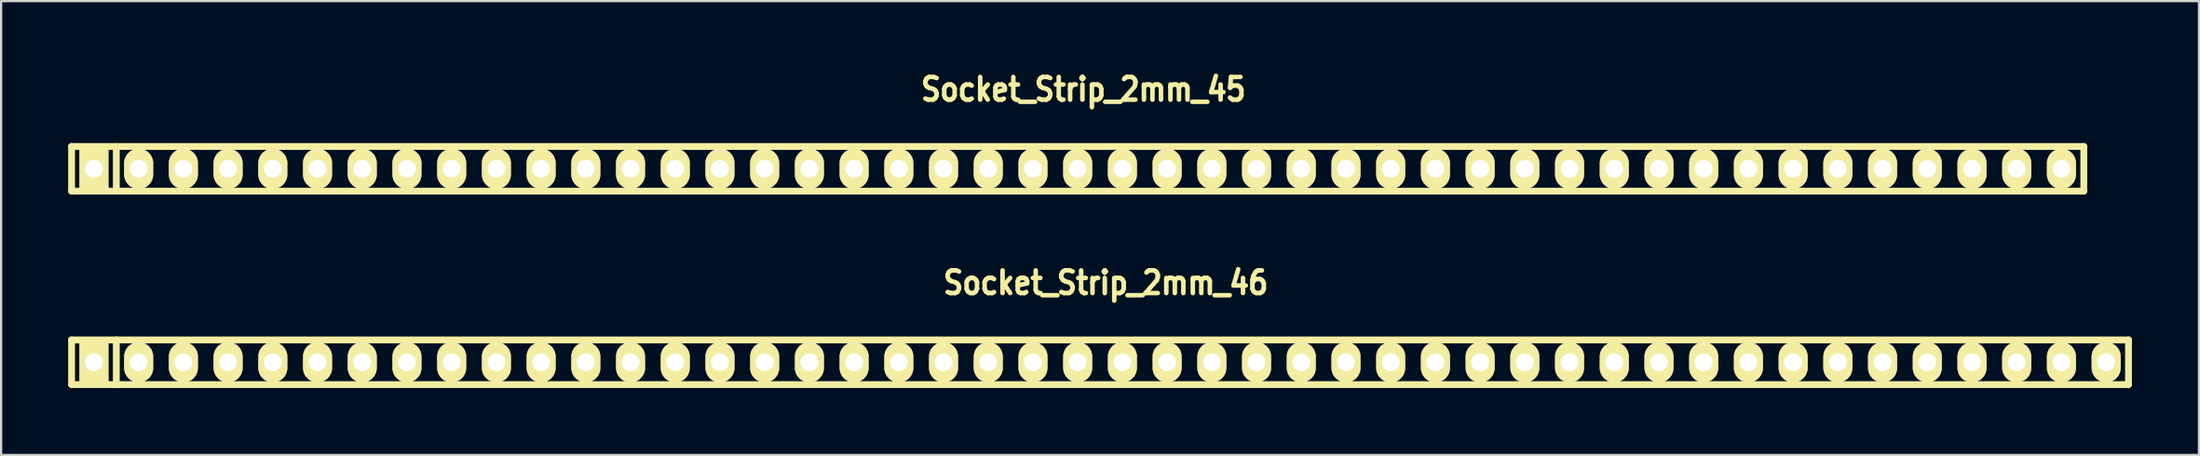
<source format=kicad_pcb>
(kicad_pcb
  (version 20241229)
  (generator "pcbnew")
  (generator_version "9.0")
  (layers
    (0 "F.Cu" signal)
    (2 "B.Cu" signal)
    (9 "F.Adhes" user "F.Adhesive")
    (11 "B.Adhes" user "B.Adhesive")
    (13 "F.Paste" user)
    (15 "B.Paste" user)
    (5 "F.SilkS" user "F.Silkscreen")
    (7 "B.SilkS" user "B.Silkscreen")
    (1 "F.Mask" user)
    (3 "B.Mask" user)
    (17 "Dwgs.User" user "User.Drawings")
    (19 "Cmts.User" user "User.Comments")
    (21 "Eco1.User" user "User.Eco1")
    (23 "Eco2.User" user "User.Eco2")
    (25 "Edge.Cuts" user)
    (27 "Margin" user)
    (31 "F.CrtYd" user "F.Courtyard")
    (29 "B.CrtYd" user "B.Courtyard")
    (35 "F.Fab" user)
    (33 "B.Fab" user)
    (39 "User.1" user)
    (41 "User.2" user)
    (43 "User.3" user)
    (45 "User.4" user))
  (footprint "Socket_Strip_2mm_45"
    (layer "F.Cu")
    (at 45.152 4.507)
    (property "Reference" "Socket_Strip_2mm_45" (at 0.254 -3.556 0) (layer "F.SilkS") (effects (font (size 1.016 0.889) (thickness 0.203))))
    (attr through_hole)
    (fp_line (start -45 -1) (end 45 -1) (stroke (width 0.305) (type solid)) (layer "F.SilkS"))
    (fp_line (start -45 1) (end -45 -1) (stroke (width 0.305) (type solid)) (layer "F.SilkS"))
    (fp_line (start -43 -1) (end -43 1) (stroke (width 0.305) (type solid)) (layer "F.SilkS"))
    (fp_line (start 45 -1) (end 45 1) (stroke (width 0.305) (type solid)) (layer "F.SilkS"))
    (fp_line (start 45 1) (end -45 1) (stroke (width 0.305) (type solid)) (layer "F.SilkS"))
    (pad "1" thru_hole rect (at -44 0) (size 1.3 1.8) (drill 0.8) (layers "*.Cu" "*.Mask" "F.SilkS"))
    (pad "2" thru_hole oval (at -42 0) (size 1.3 1.8) (drill 0.8) (layers "*.Cu" "*.Mask" "F.SilkS"))
    (pad "3" thru_hole oval (at -40 0) (size 1.3 1.8) (drill 0.8) (layers "*.Cu" "*.Mask" "F.SilkS"))
    (pad "4" thru_hole oval (at -38 0) (size 1.3 1.8) (drill 0.8) (layers "*.Cu" "*.Mask" "F.SilkS"))
    (pad "5" thru_hole oval (at -36 0) (size 1.3 1.8) (drill 0.8) (layers "*.Cu" "*.Mask" "F.SilkS"))
    (pad "6" thru_hole oval (at -34 0) (size 1.3 1.8) (drill 0.8) (layers "*.Cu" "*.Mask" "F.SilkS"))
    (pad "7" thru_hole oval (at -32 0) (size 1.3 1.8) (drill 0.8) (layers "*.Cu" "*.Mask" "F.SilkS"))
    (pad "8" thru_hole oval (at -30 0) (size 1.3 1.8) (drill 0.8) (layers "*.Cu" "*.Mask" "F.SilkS"))
    (pad "9" thru_hole oval (at -28 0) (size 1.3 1.8) (drill 0.8) (layers "*.Cu" "*.Mask" "F.SilkS"))
    (pad "10" thru_hole oval (at -26 0) (size 1.3 1.8) (drill 0.8) (layers "*.Cu" "*.Mask" "F.SilkS"))
    (pad "11" thru_hole oval (at -24 0) (size 1.3 1.8) (drill 0.8) (layers "*.Cu" "*.Mask" "F.SilkS"))
    (pad "12" thru_hole oval (at -22 0) (size 1.3 1.8) (drill 0.8) (layers "*.Cu" "*.Mask" "F.SilkS"))
    (pad "13" thru_hole oval (at -20 0) (size 1.3 1.8) (drill 0.8) (layers "*.Cu" "*.Mask" "F.SilkS"))
    (pad "14" thru_hole oval (at -18 0) (size 1.3 1.8) (drill 0.8) (layers "*.Cu" "*.Mask" "F.SilkS"))
    (pad "15" thru_hole oval (at -16 0) (size 1.3 1.8) (drill 0.8) (layers "*.Cu" "*.Mask" "F.SilkS"))
    (pad "16" thru_hole oval (at -14 0) (size 1.3 1.8) (drill 0.8) (layers "*.Cu" "*.Mask" "F.SilkS"))
    (pad "17" thru_hole oval (at -12 0) (size 1.3 1.8) (drill 0.8) (layers "*.Cu" "*.Mask" "F.SilkS"))
    (pad "18" thru_hole oval (at -10 0) (size 1.3 1.8) (drill 0.8) (layers "*.Cu" "*.Mask" "F.SilkS"))
    (pad "19" thru_hole oval (at -8 0) (size 1.3 1.8) (drill 0.8) (layers "*.Cu" "*.Mask" "F.SilkS"))
    (pad "20" thru_hole oval (at -6 0) (size 1.3 1.8) (drill 0.8) (layers "*.Cu" "*.Mask" "F.SilkS"))
    (pad "21" thru_hole oval (at -4 0) (size 1.3 1.8) (drill 0.8) (layers "*.Cu" "*.Mask" "F.SilkS"))
    (pad "22" thru_hole oval (at -2 0) (size 1.3 1.8) (drill 0.8) (layers "*.Cu" "*.Mask" "F.SilkS"))
    (pad "23" thru_hole oval (at 0 0) (size 1.3 1.8) (drill 0.8) (layers "*.Cu" "*.Mask" "F.SilkS"))
    (pad "24" thru_hole oval (at 2 0) (size 1.3 1.8) (drill 0.8) (layers "*.Cu" "*.Mask" "F.SilkS"))
    (pad "25" thru_hole oval (at 4 0) (size 1.3 1.8) (drill 0.8) (layers "*.Cu" "*.Mask" "F.SilkS"))
    (pad "26" thru_hole oval (at 6 0) (size 1.3 1.8) (drill 0.8) (layers "*.Cu" "*.Mask" "F.SilkS"))
    (pad "27" thru_hole oval (at 8 0) (size 1.3 1.8) (drill 0.8) (layers "*.Cu" "*.Mask" "F.SilkS"))
    (pad "28" thru_hole oval (at 10 0) (size 1.3 1.8) (drill 0.8) (layers "*.Cu" "*.Mask" "F.SilkS"))
    (pad "29" thru_hole oval (at 12 0) (size 1.3 1.8) (drill 0.8) (layers "*.Cu" "*.Mask" "F.SilkS"))
    (pad "30" thru_hole oval (at 14 0) (size 1.3 1.8) (drill 0.8) (layers "*.Cu" "*.Mask" "F.SilkS"))
    (pad "31" thru_hole oval (at 16 0) (size 1.3 1.8) (drill 0.8) (layers "*.Cu" "*.Mask" "F.SilkS"))
    (pad "32" thru_hole oval (at 18 0) (size 1.3 1.8) (drill 0.8) (layers "*.Cu" "*.Mask" "F.SilkS"))
    (pad "33" thru_hole oval (at 20 0) (size 1.3 1.8) (drill 0.8) (layers "*.Cu" "*.Mask" "F.SilkS"))
    (pad "34" thru_hole oval (at 22 0) (size 1.3 1.8) (drill 0.8) (layers "*.Cu" "*.Mask" "F.SilkS"))
    (pad "35" thru_hole oval (at 24 0) (size 1.3 1.8) (drill 0.8) (layers "*.Cu" "*.Mask" "F.SilkS"))
    (pad "36" thru_hole oval (at 26 0) (size 1.3 1.8) (drill 0.8) (layers "*.Cu" "*.Mask" "F.SilkS"))
    (pad "37" thru_hole oval (at 28 0) (size 1.3 1.8) (drill 0.8) (layers "*.Cu" "*.Mask" "F.SilkS"))
    (pad "38" thru_hole oval (at 30 0) (size 1.3 1.8) (drill 0.8) (layers "*.Cu" "*.Mask" "F.SilkS"))
    (pad "39" thru_hole oval (at 32 0) (size 1.3 1.8) (drill 0.8) (layers "*.Cu" "*.Mask" "F.SilkS"))
    (pad "40" thru_hole oval (at 34 0) (size 1.3 1.8) (drill 0.8) (layers "*.Cu" "*.Mask" "F.SilkS"))
    (pad "41" thru_hole oval (at 36 0) (size 1.3 1.8) (drill 0.8) (layers "*.Cu" "*.Mask" "F.SilkS"))
    (pad "42" thru_hole oval (at 38 0) (size 1.3 1.8) (drill 0.8) (layers "*.Cu" "*.Mask" "F.SilkS"))
    (pad "43" thru_hole oval (at 40 0) (size 1.3 1.8) (drill 0.8) (layers "*.Cu" "*.Mask" "F.SilkS"))
    (pad "44" thru_hole oval (at 42 0) (size 1.3 1.8) (drill 0.8) (layers "*.Cu" "*.Mask" "F.SilkS"))
    (pad "45" thru_hole oval (at 44 0) (size 1.3 1.8) (drill 0.8) (layers "*.Cu" "*.Mask" "F.SilkS")))
  (footprint "Socket_Strip_2mm_46"
    (layer "F.Cu")
    (at 46.152 13.166)
    (property "Reference" "Socket_Strip_2mm_46" (at 0.254 -3.556 0) (layer "F.SilkS") (effects (font (size 1.016 0.889) (thickness 0.203))))
    (attr through_hole)
    (fp_line (start -46 -1) (end 46 -1) (stroke (width 0.305) (type solid)) (layer "F.SilkS"))
    (fp_line (start -46 1) (end -46 -1) (stroke (width 0.305) (type solid)) (layer "F.SilkS"))
    (fp_line (start -44 -1) (end -44 1) (stroke (width 0.305) (type solid)) (layer "F.SilkS"))
    (fp_line (start 46 -1) (end 46 1) (stroke (width 0.305) (type solid)) (layer "F.SilkS"))
    (fp_line (start 46 1) (end -46 1) (stroke (width 0.305) (type solid)) (layer "F.SilkS"))
    (pad "1" thru_hole rect (at -45 0) (size 1.3 1.8) (drill 0.8) (layers "*.Cu" "*.Mask" "F.SilkS"))
    (pad "2" thru_hole oval (at -43 0) (size 1.3 1.8) (drill 0.8) (layers "*.Cu" "*.Mask" "F.SilkS"))
    (pad "3" thru_hole oval (at -41 0) (size 1.3 1.8) (drill 0.8) (layers "*.Cu" "*.Mask" "F.SilkS"))
    (pad "4" thru_hole oval (at -39 0) (size 1.3 1.8) (drill 0.8) (layers "*.Cu" "*.Mask" "F.SilkS"))
    (pad "5" thru_hole oval (at -37 0) (size 1.3 1.8) (drill 0.8) (layers "*.Cu" "*.Mask" "F.SilkS"))
    (pad "6" thru_hole oval (at -35 0) (size 1.3 1.8) (drill 0.8) (layers "*.Cu" "*.Mask" "F.SilkS"))
    (pad "7" thru_hole oval (at -33 0) (size 1.3 1.8) (drill 0.8) (layers "*.Cu" "*.Mask" "F.SilkS"))
    (pad "8" thru_hole oval (at -31 0) (size 1.3 1.8) (drill 0.8) (layers "*.Cu" "*.Mask" "F.SilkS"))
    (pad "9" thru_hole oval (at -29 0) (size 1.3 1.8) (drill 0.8) (layers "*.Cu" "*.Mask" "F.SilkS"))
    (pad "10" thru_hole oval (at -27 0) (size 1.3 1.8) (drill 0.8) (layers "*.Cu" "*.Mask" "F.SilkS"))
    (pad "11" thru_hole oval (at -25 0) (size 1.3 1.8) (drill 0.8) (layers "*.Cu" "*.Mask" "F.SilkS"))
    (pad "12" thru_hole oval (at -23 0) (size 1.3 1.8) (drill 0.8) (layers "*.Cu" "*.Mask" "F.SilkS"))
    (pad "13" thru_hole oval (at -21 0) (size 1.3 1.8) (drill 0.8) (layers "*.Cu" "*.Mask" "F.SilkS"))
    (pad "14" thru_hole oval (at -19 0) (size 1.3 1.8) (drill 0.8) (layers "*.Cu" "*.Mask" "F.SilkS"))
    (pad "15" thru_hole oval (at -17 0) (size 1.3 1.8) (drill 0.8) (layers "*.Cu" "*.Mask" "F.SilkS"))
    (pad "16" thru_hole oval (at -15 0) (size 1.3 1.8) (drill 0.8) (layers "*.Cu" "*.Mask" "F.SilkS"))
    (pad "17" thru_hole oval (at -13 0) (size 1.3 1.8) (drill 0.8) (layers "*.Cu" "*.Mask" "F.SilkS"))
    (pad "18" thru_hole oval (at -11 0) (size 1.3 1.8) (drill 0.8) (layers "*.Cu" "*.Mask" "F.SilkS"))
    (pad "19" thru_hole oval (at -9 0) (size 1.3 1.8) (drill 0.8) (layers "*.Cu" "*.Mask" "F.SilkS"))
    (pad "20" thru_hole oval (at -7 0) (size 1.3 1.8) (drill 0.8) (layers "*.Cu" "*.Mask" "F.SilkS"))
    (pad "21" thru_hole oval (at -5 0) (size 1.3 1.8) (drill 0.8) (layers "*.Cu" "*.Mask" "F.SilkS"))
    (pad "22" thru_hole oval (at -3 0) (size 1.3 1.8) (drill 0.8) (layers "*.Cu" "*.Mask" "F.SilkS"))
    (pad "23" thru_hole oval (at -1 0) (size 1.3 1.8) (drill 0.8) (layers "*.Cu" "*.Mask" "F.SilkS"))
    (pad "24" thru_hole oval (at 1 0) (size 1.3 1.8) (drill 0.8) (layers "*.Cu" "*.Mask" "F.SilkS"))
    (pad "25" thru_hole oval (at 3 0) (size 1.3 1.8) (drill 0.8) (layers "*.Cu" "*.Mask" "F.SilkS"))
    (pad "26" thru_hole oval (at 5 0) (size 1.3 1.8) (drill 0.8) (layers "*.Cu" "*.Mask" "F.SilkS"))
    (pad "27" thru_hole oval (at 7 0) (size 1.3 1.8) (drill 0.8) (layers "*.Cu" "*.Mask" "F.SilkS"))
    (pad "28" thru_hole oval (at 9 0) (size 1.3 1.8) (drill 0.8) (layers "*.Cu" "*.Mask" "F.SilkS"))
    (pad "29" thru_hole oval (at 11 0) (size 1.3 1.8) (drill 0.8) (layers "*.Cu" "*.Mask" "F.SilkS"))
    (pad "30" thru_hole oval (at 13 0) (size 1.3 1.8) (drill 0.8) (layers "*.Cu" "*.Mask" "F.SilkS"))
    (pad "31" thru_hole oval (at 15 0) (size 1.3 1.8) (drill 0.8) (layers "*.Cu" "*.Mask" "F.SilkS"))
    (pad "32" thru_hole oval (at 17 0) (size 1.3 1.8) (drill 0.8) (layers "*.Cu" "*.Mask" "F.SilkS"))
    (pad "33" thru_hole oval (at 19 0) (size 1.3 1.8) (drill 0.8) (layers "*.Cu" "*.Mask" "F.SilkS"))
    (pad "34" thru_hole oval (at 21 0) (size 1.3 1.8) (drill 0.8) (layers "*.Cu" "*.Mask" "F.SilkS"))
    (pad "35" thru_hole oval (at 23 0) (size 1.3 1.8) (drill 0.8) (layers "*.Cu" "*.Mask" "F.SilkS"))
    (pad "36" thru_hole oval (at 25 0) (size 1.3 1.8) (drill 0.8) (layers "*.Cu" "*.Mask" "F.SilkS"))
    (pad "37" thru_hole oval (at 27 0) (size 1.3 1.8) (drill 0.8) (layers "*.Cu" "*.Mask" "F.SilkS"))
    (pad "38" thru_hole oval (at 29 0) (size 1.3 1.8) (drill 0.8) (layers "*.Cu" "*.Mask" "F.SilkS"))
    (pad "39" thru_hole oval (at 31 0) (size 1.3 1.8) (drill 0.8) (layers "*.Cu" "*.Mask" "F.SilkS"))
    (pad "40" thru_hole oval (at 33 0) (size 1.3 1.8) (drill 0.8) (layers "*.Cu" "*.Mask" "F.SilkS"))
    (pad "41" thru_hole oval (at 35 0) (size 1.3 1.8) (drill 0.8) (layers "*.Cu" "*.Mask" "F.SilkS"))
    (pad "42" thru_hole oval (at 37 0) (size 1.3 1.8) (drill 0.8) (layers "*.Cu" "*.Mask" "F.SilkS"))
    (pad "43" thru_hole oval (at 39 0) (size 1.3 1.8) (drill 0.8) (layers "*.Cu" "*.Mask" "F.SilkS"))
    (pad "44" thru_hole oval (at 41 0) (size 1.3 1.8) (drill 0.8) (layers "*.Cu" "*.Mask" "F.SilkS"))
    (pad "45" thru_hole oval (at 43 0) (size 1.3 1.8) (drill 0.8) (layers "*.Cu" "*.Mask" "F.SilkS"))
    (pad "46" thru_hole oval (at 45 0) (size 1.3 1.8) (drill 0.8) (layers "*.Cu" "*.Mask" "F.SilkS")))
  (gr_rect
    (start -3 -3)
    (end 95.305 17.319)
    (stroke (width 0.1) (type default))
    (fill no)
    (layer "Edge.Cuts")))
</source>
